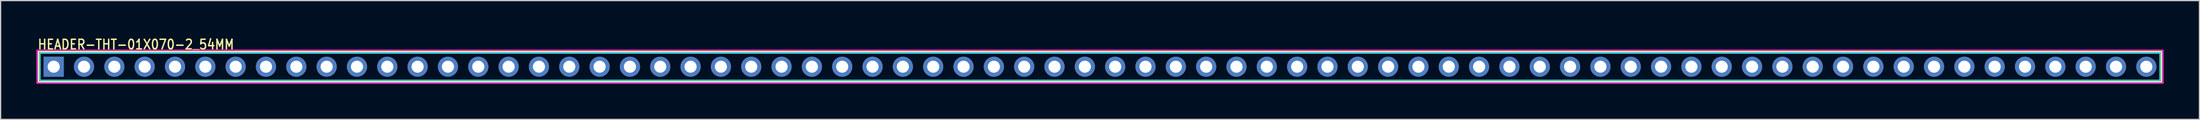
<source format=kicad_pcb>
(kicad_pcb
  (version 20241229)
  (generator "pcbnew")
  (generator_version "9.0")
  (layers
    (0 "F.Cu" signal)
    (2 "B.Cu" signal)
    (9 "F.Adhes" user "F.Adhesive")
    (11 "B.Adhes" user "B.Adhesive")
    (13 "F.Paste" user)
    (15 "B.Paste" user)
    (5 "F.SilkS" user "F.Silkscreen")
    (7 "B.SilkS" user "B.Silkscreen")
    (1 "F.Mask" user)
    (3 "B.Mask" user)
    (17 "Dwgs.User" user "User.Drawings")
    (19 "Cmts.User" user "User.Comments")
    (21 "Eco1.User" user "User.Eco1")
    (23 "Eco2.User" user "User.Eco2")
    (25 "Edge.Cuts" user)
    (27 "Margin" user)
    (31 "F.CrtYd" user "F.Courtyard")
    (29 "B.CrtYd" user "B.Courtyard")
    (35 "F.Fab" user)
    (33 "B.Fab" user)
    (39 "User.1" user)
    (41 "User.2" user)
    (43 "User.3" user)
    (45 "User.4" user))
  (footprint "HEADER-THT-01X070-2_54MM"
    (layer "F.Cu")
    (at 1.447 2.579)
    (property "Reference" "HEADER-THT-01X070-2_54MM" (at -1.4 -1.4 0) (unlocked yes) (layer "F.SilkS") (effects (font (size 0.813 0.695) (thickness 0.122)) (justify left bottom)))
    (fp_line (start -1.27 -1.27) (end -1.27 1.27) (stroke (width 0.127) (type solid)) (layer "F.SilkS"))
    (fp_line (start -1.27 1.27) (end 176.53 1.27) (stroke (width 0.127) (type solid)) (layer "F.SilkS"))
    (fp_line (start 176.53 -1.27) (end -1.27 -1.27) (stroke (width 0.127) (type solid)) (layer "F.SilkS"))
    (fp_line (start 176.53 1.27) (end 176.53 -1.27) (stroke (width 0.127) (type solid)) (layer "F.SilkS"))
    (fp_poly (pts (xy -1.143 -1.143) (xy 176.403 -1.143) (xy 176.403 1.143) (xy -1.143 1.143)) (stroke (width 0.1) (type solid)) (fill no) (layer "B.CrtYd"))
    (fp_poly (pts (xy -1.397 -1.397) (xy 176.657 -1.397) (xy 176.657 1.397) (xy -1.397 1.397)) (stroke (width 0.1) (type solid)) (fill no) (layer "F.CrtYd"))
    (pad "1" thru_hole rect (at 0 0) (size 1.693 1.693) (drill 1.016) (layers "*.Cu" "*.Mask"))
    (pad "2" thru_hole oval (at 2.54 0) (size 1.693 1.693) (drill 1.016) (layers "*.Cu" "*.Mask"))
    (pad "3" thru_hole oval (at 5.08 0) (size 1.693 1.693) (drill 1.016) (layers "*.Cu" "*.Mask"))
    (pad "4" thru_hole oval (at 7.62 0) (size 1.693 1.693) (drill 1.016) (layers "*.Cu" "*.Mask"))
    (pad "5" thru_hole oval (at 10.16 0) (size 1.693 1.693) (drill 1.016) (layers "*.Cu" "*.Mask"))
    (pad "6" thru_hole oval (at 12.7 0) (size 1.693 1.693) (drill 1.016) (layers "*.Cu" "*.Mask"))
    (pad "7" thru_hole oval (at 15.24 0) (size 1.693 1.693) (drill 1.016) (layers "*.Cu" "*.Mask"))
    (pad "8" thru_hole oval (at 17.78 0) (size 1.693 1.693) (drill 1.016) (layers "*.Cu" "*.Mask"))
    (pad "9" thru_hole oval (at 20.32 0) (size 1.693 1.693) (drill 1.016) (layers "*.Cu" "*.Mask"))
    (pad "10" thru_hole oval (at 22.86 0) (size 1.693 1.693) (drill 1.016) (layers "*.Cu" "*.Mask"))
    (pad "11" thru_hole oval (at 25.4 0) (size 1.693 1.693) (drill 1.016) (layers "*.Cu" "*.Mask"))
    (pad "12" thru_hole oval (at 27.94 0) (size 1.693 1.693) (drill 1.016) (layers "*.Cu" "*.Mask"))
    (pad "13" thru_hole oval (at 30.48 0) (size 1.693 1.693) (drill 1.016) (layers "*.Cu" "*.Mask"))
    (pad "14" thru_hole oval (at 33.02 0) (size 1.693 1.693) (drill 1.016) (layers "*.Cu" "*.Mask"))
    (pad "15" thru_hole oval (at 35.56 0) (size 1.693 1.693) (drill 1.016) (layers "*.Cu" "*.Mask"))
    (pad "16" thru_hole oval (at 38.1 0) (size 1.693 1.693) (drill 1.016) (layers "*.Cu" "*.Mask"))
    (pad "17" thru_hole oval (at 40.64 0) (size 1.693 1.693) (drill 1.016) (layers "*.Cu" "*.Mask"))
    (pad "18" thru_hole oval (at 43.18 0) (size 1.693 1.693) (drill 1.016) (layers "*.Cu" "*.Mask"))
    (pad "19" thru_hole oval (at 45.72 0) (size 1.693 1.693) (drill 1.016) (layers "*.Cu" "*.Mask"))
    (pad "20" thru_hole oval (at 48.26 0) (size 1.693 1.693) (drill 1.016) (layers "*.Cu" "*.Mask"))
    (pad "21" thru_hole oval (at 50.8 0) (size 1.693 1.693) (drill 1.016) (layers "*.Cu" "*.Mask"))
    (pad "22" thru_hole oval (at 53.34 0) (size 1.693 1.693) (drill 1.016) (layers "*.Cu" "*.Mask"))
    (pad "23" thru_hole oval (at 55.88 0) (size 1.693 1.693) (drill 1.016) (layers "*.Cu" "*.Mask"))
    (pad "24" thru_hole oval (at 58.42 0) (size 1.693 1.693) (drill 1.016) (layers "*.Cu" "*.Mask"))
    (pad "25" thru_hole oval (at 60.96 0) (size 1.693 1.693) (drill 1.016) (layers "*.Cu" "*.Mask"))
    (pad "26" thru_hole oval (at 63.5 0) (size 1.693 1.693) (drill 1.016) (layers "*.Cu" "*.Mask"))
    (pad "27" thru_hole oval (at 66.04 0) (size 1.693 1.693) (drill 1.016) (layers "*.Cu" "*.Mask"))
    (pad "28" thru_hole oval (at 68.58 0) (size 1.693 1.693) (drill 1.016) (layers "*.Cu" "*.Mask"))
    (pad "29" thru_hole oval (at 71.12 0) (size 1.693 1.693) (drill 1.016) (layers "*.Cu" "*.Mask"))
    (pad "30" thru_hole oval (at 73.66 0) (size 1.693 1.693) (drill 1.016) (layers "*.Cu" "*.Mask"))
    (pad "31" thru_hole oval (at 76.2 0) (size 1.693 1.693) (drill 1.016) (layers "*.Cu" "*.Mask"))
    (pad "32" thru_hole oval (at 78.74 0) (size 1.693 1.693) (drill 1.016) (layers "*.Cu" "*.Mask"))
    (pad "33" thru_hole oval (at 81.28 0) (size 1.693 1.693) (drill 1.016) (layers "*.Cu" "*.Mask"))
    (pad "34" thru_hole oval (at 83.82 0) (size 1.693 1.693) (drill 1.016) (layers "*.Cu" "*.Mask"))
    (pad "35" thru_hole oval (at 86.36 0) (size 1.693 1.693) (drill 1.016) (layers "*.Cu" "*.Mask"))
    (pad "36" thru_hole oval (at 88.9 0) (size 1.693 1.693) (drill 1.016) (layers "*.Cu" "*.Mask"))
    (pad "37" thru_hole oval (at 91.44 0) (size 1.693 1.693) (drill 1.016) (layers "*.Cu" "*.Mask"))
    (pad "38" thru_hole oval (at 93.98 0) (size 1.693 1.693) (drill 1.016) (layers "*.Cu" "*.Mask"))
    (pad "39" thru_hole oval (at 96.52 0) (size 1.693 1.693) (drill 1.016) (layers "*.Cu" "*.Mask"))
    (pad "40" thru_hole oval (at 99.06 0) (size 1.693 1.693) (drill 1.016) (layers "*.Cu" "*.Mask"))
    (pad "41" thru_hole oval (at 101.6 0) (size 1.693 1.693) (drill 1.016) (layers "*.Cu" "*.Mask"))
    (pad "42" thru_hole oval (at 104.14 0) (size 1.693 1.693) (drill 1.016) (layers "*.Cu" "*.Mask"))
    (pad "43" thru_hole oval (at 106.68 0) (size 1.693 1.693) (drill 1.016) (layers "*.Cu" "*.Mask"))
    (pad "44" thru_hole oval (at 109.22 0) (size 1.693 1.693) (drill 1.016) (layers "*.Cu" "*.Mask"))
    (pad "45" thru_hole oval (at 111.76 0) (size 1.693 1.693) (drill 1.016) (layers "*.Cu" "*.Mask"))
    (pad "46" thru_hole oval (at 114.3 0) (size 1.693 1.693) (drill 1.016) (layers "*.Cu" "*.Mask"))
    (pad "47" thru_hole oval (at 116.84 0) (size 1.693 1.693) (drill 1.016) (layers "*.Cu" "*.Mask"))
    (pad "48" thru_hole oval (at 119.38 0) (size 1.693 1.693) (drill 1.016) (layers "*.Cu" "*.Mask"))
    (pad "49" thru_hole oval (at 121.92 0) (size 1.693 1.693) (drill 1.016) (layers "*.Cu" "*.Mask"))
    (pad "50" thru_hole oval (at 124.46 0) (size 1.693 1.693) (drill 1.016) (layers "*.Cu" "*.Mask"))
    (pad "51" thru_hole oval (at 127 0) (size 1.693 1.693) (drill 1.016) (layers "*.Cu" "*.Mask"))
    (pad "52" thru_hole oval (at 129.54 0) (size 1.693 1.693) (drill 1.016) (layers "*.Cu" "*.Mask"))
    (pad "53" thru_hole oval (at 132.08 0) (size 1.693 1.693) (drill 1.016) (layers "*.Cu" "*.Mask"))
    (pad "54" thru_hole oval (at 134.62 0) (size 1.693 1.693) (drill 1.016) (layers "*.Cu" "*.Mask"))
    (pad "55" thru_hole oval (at 137.16 0) (size 1.693 1.693) (drill 1.016) (layers "*.Cu" "*.Mask"))
    (pad "56" thru_hole oval (at 139.7 0) (size 1.693 1.693) (drill 1.016) (layers "*.Cu" "*.Mask"))
    (pad "57" thru_hole oval (at 142.24 0) (size 1.693 1.693) (drill 1.016) (layers "*.Cu" "*.Mask"))
    (pad "58" thru_hole oval (at 144.78 0) (size 1.693 1.693) (drill 1.016) (layers "*.Cu" "*.Mask"))
    (pad "59" thru_hole oval (at 147.32 0) (size 1.693 1.693) (drill 1.016) (layers "*.Cu" "*.Mask"))
    (pad "60" thru_hole oval (at 149.86 0) (size 1.693 1.693) (drill 1.016) (layers "*.Cu" "*.Mask"))
    (pad "61" thru_hole oval (at 152.4 0) (size 1.693 1.693) (drill 1.016) (layers "*.Cu" "*.Mask"))
    (pad "62" thru_hole oval (at 154.94 0) (size 1.693 1.693) (drill 1.016) (layers "*.Cu" "*.Mask"))
    (pad "63" thru_hole oval (at 157.48 0) (size 1.693 1.693) (drill 1.016) (layers "*.Cu" "*.Mask"))
    (pad "64" thru_hole oval (at 160.02 0) (size 1.693 1.693) (drill 1.016) (layers "*.Cu" "*.Mask"))
    (pad "65" thru_hole oval (at 162.56 0) (size 1.693 1.693) (drill 1.016) (layers "*.Cu" "*.Mask"))
    (pad "66" thru_hole oval (at 165.1 0) (size 1.693 1.693) (drill 1.016) (layers "*.Cu" "*.Mask"))
    (pad "67" thru_hole oval (at 167.64 0) (size 1.693 1.693) (drill 1.016) (layers "*.Cu" "*.Mask"))
    (pad "68" thru_hole oval (at 170.18 0) (size 1.693 1.693) (drill 1.016) (layers "*.Cu" "*.Mask"))
    (pad "69" thru_hole oval (at 172.72 0) (size 1.693 1.693) (drill 1.016) (layers "*.Cu" "*.Mask"))
    (pad "70" thru_hole oval (at 175.26 0) (size 1.693 1.693) (drill 1.016) (layers "*.Cu" "*.Mask")))
  (gr_rect
    (start -3 -3)
    (end 181.154 7.026)
    (stroke (width 0.1) (type default))
    (fill no)
    (layer "Edge.Cuts")))
</source>
